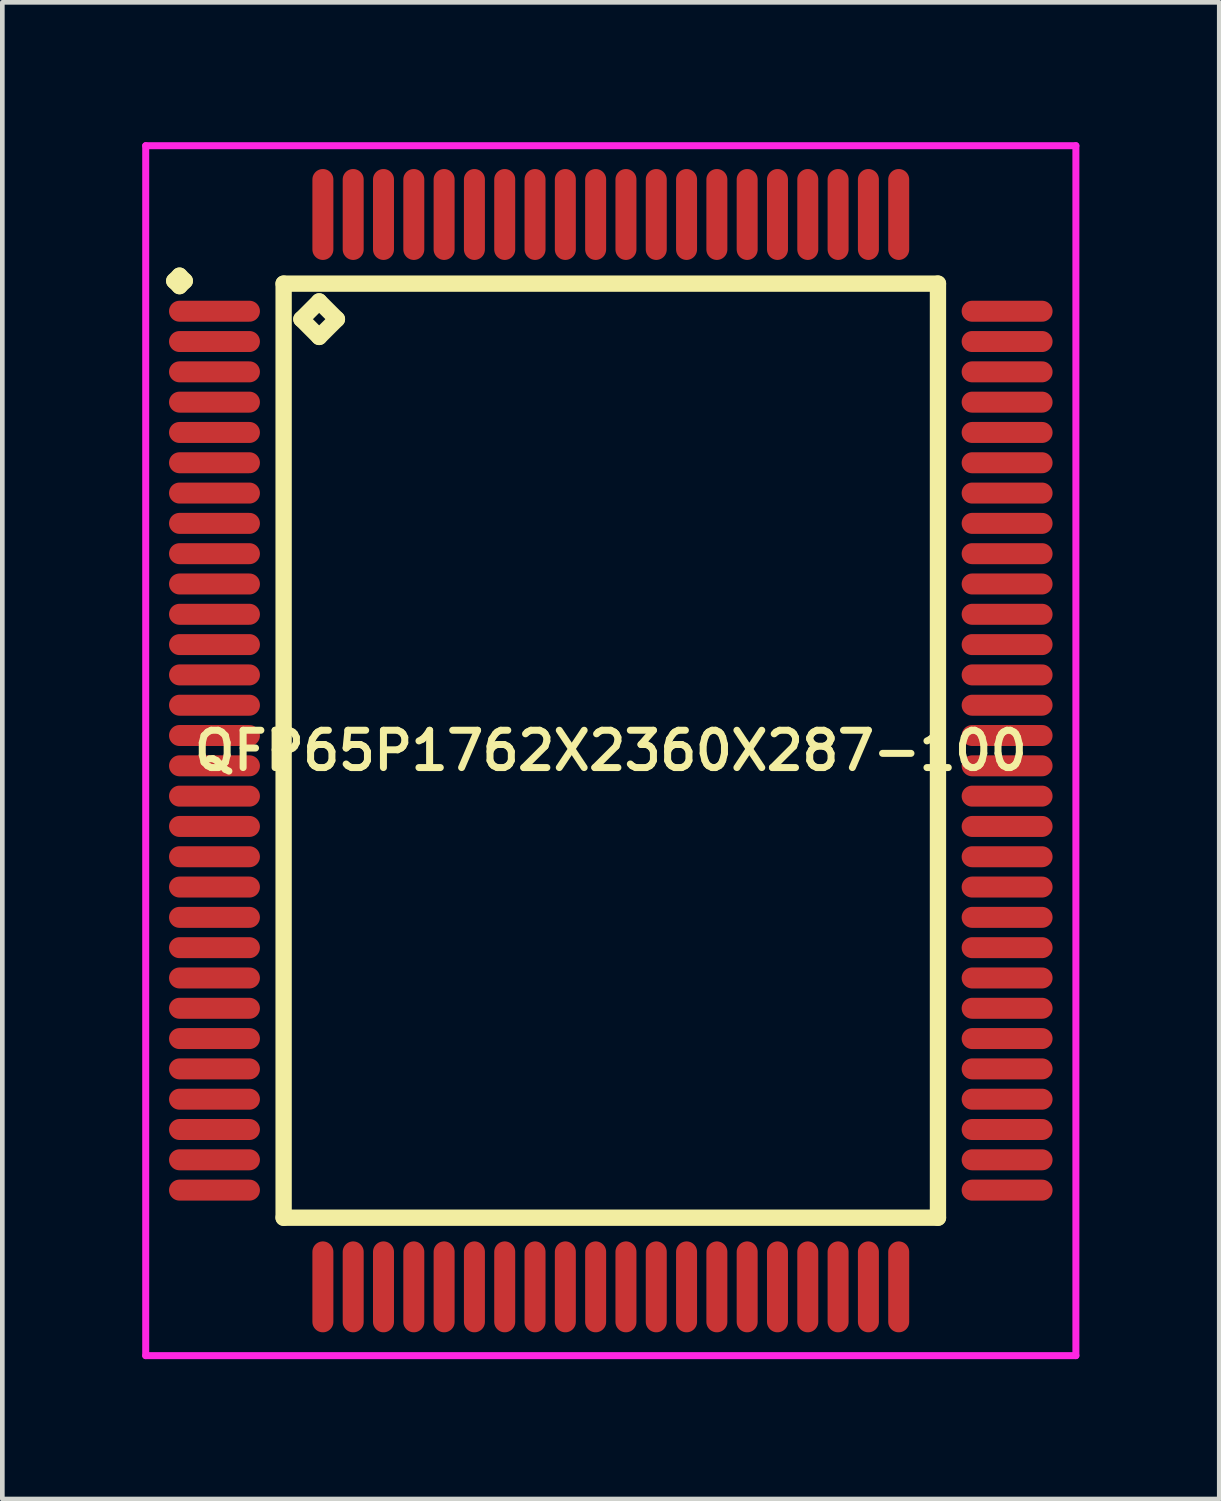
<source format=kicad_pcb>
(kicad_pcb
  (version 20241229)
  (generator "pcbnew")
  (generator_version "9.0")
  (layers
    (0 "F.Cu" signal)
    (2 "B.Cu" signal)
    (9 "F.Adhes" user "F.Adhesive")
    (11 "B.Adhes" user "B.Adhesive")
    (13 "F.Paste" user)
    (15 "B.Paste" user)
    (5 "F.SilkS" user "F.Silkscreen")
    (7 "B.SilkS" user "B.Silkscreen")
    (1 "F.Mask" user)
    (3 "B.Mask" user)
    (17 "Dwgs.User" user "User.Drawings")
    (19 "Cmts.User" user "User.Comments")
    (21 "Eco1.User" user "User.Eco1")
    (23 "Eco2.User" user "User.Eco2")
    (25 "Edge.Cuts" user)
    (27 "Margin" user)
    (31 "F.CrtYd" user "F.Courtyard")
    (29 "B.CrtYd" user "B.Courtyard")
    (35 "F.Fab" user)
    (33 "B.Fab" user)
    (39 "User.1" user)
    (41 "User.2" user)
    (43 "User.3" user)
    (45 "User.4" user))
  (footprint "QFP65P1762X2360X287-100"
    (layer "F.Cu")
    (at 10.05 13.05)
    (property "Reference" "QFP65P1762X2360X287-100" (at 0 0 0) (layer "F.SilkS") (effects (font (size 0.8 0.8) (thickness 0.15))))
    (attr through_hole)
    (fp_line (start -9.363 -10.075) (end -9.25 -10.188) (stroke (width 0.35) (type solid)) (layer "F.SilkS"))
    (fp_line (start -9.25 -10.188) (end -9.137 -10.075) (stroke (width 0.35) (type solid)) (layer "F.SilkS"))
    (fp_line (start -9.25 -9.963) (end -9.363 -10.075) (stroke (width 0.35) (type solid)) (layer "F.SilkS"))
    (fp_line (start -9.137 -10.075) (end -9.25 -9.963) (stroke (width 0.35) (type solid)) (layer "F.SilkS"))
    (fp_line (start -7.017 -10.017) (end -7.017 10.017) (stroke (width 0.35) (type solid)) (layer "F.SilkS"))
    (fp_line (start -7.017 10.017) (end 7.017 10.017) (stroke (width 0.35) (type solid)) (layer "F.SilkS"))
    (fp_line (start -6.636 -9.255) (end -6.255 -9.636) (stroke (width 0.35) (type solid)) (layer "F.SilkS"))
    (fp_line (start -6.255 -9.636) (end -5.874 -9.255) (stroke (width 0.35) (type solid)) (layer "F.SilkS"))
    (fp_line (start -6.255 -8.874) (end -6.636 -9.255) (stroke (width 0.35) (type solid)) (layer "F.SilkS"))
    (fp_line (start -5.874 -9.255) (end -6.255 -8.874) (stroke (width 0.35) (type solid)) (layer "F.SilkS"))
    (fp_line (start 7.017 -10.017) (end -7.017 -10.017) (stroke (width 0.35) (type solid)) (layer "F.SilkS"))
    (fp_line (start 7.017 10.017) (end 7.017 -10.017) (stroke (width 0.35) (type solid)) (layer "F.SilkS"))
    (fp_line (start -9.975 -12.975) (end 9.975 -12.975) (stroke (width 0.15) (type solid)) (layer "F.CrtYd"))
    (fp_line (start -9.975 12.975) (end -9.975 -12.975) (stroke (width 0.15) (type solid)) (layer "F.CrtYd"))
    (fp_line (start 9.975 -12.975) (end 9.975 12.975) (stroke (width 0.15) (type solid)) (layer "F.CrtYd"))
    (fp_line (start 9.975 12.975) (end -9.975 12.975) (stroke (width 0.15) (type solid)) (layer "F.CrtYd"))
    (pad "1" smd oval (at -8.5 -9.425) (size 1.95 0.45) (layers "F.Cu" "F.Mask" "F.Paste"))
    (pad "2" smd oval (at -8.5 -8.775) (size 1.95 0.45) (layers "F.Cu" "F.Mask" "F.Paste"))
    (pad "3" smd oval (at -8.5 -8.125) (size 1.95 0.45) (layers "F.Cu" "F.Mask" "F.Paste"))
    (pad "4" smd oval (at -8.5 -7.475) (size 1.95 0.45) (layers "F.Cu" "F.Mask" "F.Paste"))
    (pad "5" smd oval (at -8.5 -6.825) (size 1.95 0.45) (layers "F.Cu" "F.Mask" "F.Paste"))
    (pad "6" smd oval (at -8.5 -6.175) (size 1.95 0.45) (layers "F.Cu" "F.Mask" "F.Paste"))
    (pad "7" smd oval (at -8.5 -5.525) (size 1.95 0.45) (layers "F.Cu" "F.Mask" "F.Paste"))
    (pad "8" smd oval (at -8.5 -4.875) (size 1.95 0.45) (layers "F.Cu" "F.Mask" "F.Paste"))
    (pad "9" smd oval (at -8.5 -4.225) (size 1.95 0.45) (layers "F.Cu" "F.Mask" "F.Paste"))
    (pad "10" smd oval (at -8.5 -3.575) (size 1.95 0.45) (layers "F.Cu" "F.Mask" "F.Paste"))
    (pad "11" smd oval (at -8.5 -2.925) (size 1.95 0.45) (layers "F.Cu" "F.Mask" "F.Paste"))
    (pad "12" smd oval (at -8.5 -2.275) (size 1.95 0.45) (layers "F.Cu" "F.Mask" "F.Paste"))
    (pad "13" smd oval (at -8.5 -1.625) (size 1.95 0.45) (layers "F.Cu" "F.Mask" "F.Paste"))
    (pad "14" smd oval (at -8.5 -0.975) (size 1.95 0.45) (layers "F.Cu" "F.Mask" "F.Paste"))
    (pad "15" smd oval (at -8.5 -0.325) (size 1.95 0.45) (layers "F.Cu" "F.Mask" "F.Paste"))
    (pad "16" smd oval (at -8.5 0.325) (size 1.95 0.45) (layers "F.Cu" "F.Mask" "F.Paste"))
    (pad "17" smd oval (at -8.5 0.975) (size 1.95 0.45) (layers "F.Cu" "F.Mask" "F.Paste"))
    (pad "18" smd oval (at -8.5 1.625) (size 1.95 0.45) (layers "F.Cu" "F.Mask" "F.Paste"))
    (pad "19" smd oval (at -8.5 2.275) (size 1.95 0.45) (layers "F.Cu" "F.Mask" "F.Paste"))
    (pad "20" smd oval (at -8.5 2.925) (size 1.95 0.45) (layers "F.Cu" "F.Mask" "F.Paste"))
    (pad "21" smd oval (at -8.5 3.575) (size 1.95 0.45) (layers "F.Cu" "F.Mask" "F.Paste"))
    (pad "22" smd oval (at -8.5 4.225) (size 1.95 0.45) (layers "F.Cu" "F.Mask" "F.Paste"))
    (pad "23" smd oval (at -8.5 4.875) (size 1.95 0.45) (layers "F.Cu" "F.Mask" "F.Paste"))
    (pad "24" smd oval (at -8.5 5.525) (size 1.95 0.45) (layers "F.Cu" "F.Mask" "F.Paste"))
    (pad "25" smd oval (at -8.5 6.175) (size 1.95 0.45) (layers "F.Cu" "F.Mask" "F.Paste"))
    (pad "26" smd oval (at -8.5 6.825) (size 1.95 0.45) (layers "F.Cu" "F.Mask" "F.Paste"))
    (pad "27" smd oval (at -8.5 7.475) (size 1.95 0.45) (layers "F.Cu" "F.Mask" "F.Paste"))
    (pad "28" smd oval (at -8.5 8.125) (size 1.95 0.45) (layers "F.Cu" "F.Mask" "F.Paste"))
    (pad "29" smd oval (at -8.5 8.775) (size 1.95 0.45) (layers "F.Cu" "F.Mask" "F.Paste"))
    (pad "30" smd oval (at -8.5 9.425) (size 1.95 0.45) (layers "F.Cu" "F.Mask" "F.Paste"))
    (pad "31" smd oval (at -6.175 11.5) (size 0.45 1.95) (layers "F.Cu" "F.Mask" "F.Paste"))
    (pad "32" smd oval (at -5.525 11.5) (size 0.45 1.95) (layers "F.Cu" "F.Mask" "F.Paste"))
    (pad "33" smd oval (at -4.875 11.5) (size 0.45 1.95) (layers "F.Cu" "F.Mask" "F.Paste"))
    (pad "34" smd oval (at -4.225 11.5) (size 0.45 1.95) (layers "F.Cu" "F.Mask" "F.Paste"))
    (pad "35" smd oval (at -3.575 11.5) (size 0.45 1.95) (layers "F.Cu" "F.Mask" "F.Paste"))
    (pad "36" smd oval (at -2.925 11.5) (size 0.45 1.95) (layers "F.Cu" "F.Mask" "F.Paste"))
    (pad "37" smd oval (at -2.275 11.5) (size 0.45 1.95) (layers "F.Cu" "F.Mask" "F.Paste"))
    (pad "38" smd oval (at -1.625 11.5) (size 0.45 1.95) (layers "F.Cu" "F.Mask" "F.Paste"))
    (pad "39" smd oval (at -0.975 11.5) (size 0.45 1.95) (layers "F.Cu" "F.Mask" "F.Paste"))
    (pad "40" smd oval (at -0.325 11.5) (size 0.45 1.95) (layers "F.Cu" "F.Mask" "F.Paste"))
    (pad "41" smd oval (at 0.325 11.5) (size 0.45 1.95) (layers "F.Cu" "F.Mask" "F.Paste"))
    (pad "42" smd oval (at 0.975 11.5) (size 0.45 1.95) (layers "F.Cu" "F.Mask" "F.Paste"))
    (pad "43" smd oval (at 1.625 11.5) (size 0.45 1.95) (layers "F.Cu" "F.Mask" "F.Paste"))
    (pad "44" smd oval (at 2.275 11.5) (size 0.45 1.95) (layers "F.Cu" "F.Mask" "F.Paste"))
    (pad "45" smd oval (at 2.925 11.5) (size 0.45 1.95) (layers "F.Cu" "F.Mask" "F.Paste"))
    (pad "46" smd oval (at 3.575 11.5) (size 0.45 1.95) (layers "F.Cu" "F.Mask" "F.Paste"))
    (pad "47" smd oval (at 4.225 11.5) (size 0.45 1.95) (layers "F.Cu" "F.Mask" "F.Paste"))
    (pad "48" smd oval (at 4.875 11.5) (size 0.45 1.95) (layers "F.Cu" "F.Mask" "F.Paste"))
    (pad "49" smd oval (at 5.525 11.5) (size 0.45 1.95) (layers "F.Cu" "F.Mask" "F.Paste"))
    (pad "50" smd oval (at 6.175 11.5) (size 0.45 1.95) (layers "F.Cu" "F.Mask" "F.Paste"))
    (pad "51" smd oval (at 8.5 9.425) (size 1.95 0.45) (layers "F.Cu" "F.Mask" "F.Paste"))
    (pad "52" smd oval (at 8.5 8.775) (size 1.95 0.45) (layers "F.Cu" "F.Mask" "F.Paste"))
    (pad "53" smd oval (at 8.5 8.125) (size 1.95 0.45) (layers "F.Cu" "F.Mask" "F.Paste"))
    (pad "54" smd oval (at 8.5 7.475) (size 1.95 0.45) (layers "F.Cu" "F.Mask" "F.Paste"))
    (pad "55" smd oval (at 8.5 6.825) (size 1.95 0.45) (layers "F.Cu" "F.Mask" "F.Paste"))
    (pad "56" smd oval (at 8.5 6.175) (size 1.95 0.45) (layers "F.Cu" "F.Mask" "F.Paste"))
    (pad "57" smd oval (at 8.5 5.525) (size 1.95 0.45) (layers "F.Cu" "F.Mask" "F.Paste"))
    (pad "58" smd oval (at 8.5 4.875) (size 1.95 0.45) (layers "F.Cu" "F.Mask" "F.Paste"))
    (pad "59" smd oval (at 8.5 4.225) (size 1.95 0.45) (layers "F.Cu" "F.Mask" "F.Paste"))
    (pad "60" smd oval (at 8.5 3.575) (size 1.95 0.45) (layers "F.Cu" "F.Mask" "F.Paste"))
    (pad "61" smd oval (at 8.5 2.925) (size 1.95 0.45) (layers "F.Cu" "F.Mask" "F.Paste"))
    (pad "62" smd oval (at 8.5 2.275) (size 1.95 0.45) (layers "F.Cu" "F.Mask" "F.Paste"))
    (pad "63" smd oval (at 8.5 1.625) (size 1.95 0.45) (layers "F.Cu" "F.Mask" "F.Paste"))
    (pad "64" smd oval (at 8.5 0.975) (size 1.95 0.45) (layers "F.Cu" "F.Mask" "F.Paste"))
    (pad "65" smd oval (at 8.5 0.325) (size 1.95 0.45) (layers "F.Cu" "F.Mask" "F.Paste"))
    (pad "66" smd oval (at 8.5 -0.325) (size 1.95 0.45) (layers "F.Cu" "F.Mask" "F.Paste"))
    (pad "67" smd oval (at 8.5 -0.975) (size 1.95 0.45) (layers "F.Cu" "F.Mask" "F.Paste"))
    (pad "68" smd oval (at 8.5 -1.625) (size 1.95 0.45) (layers "F.Cu" "F.Mask" "F.Paste"))
    (pad "69" smd oval (at 8.5 -2.275) (size 1.95 0.45) (layers "F.Cu" "F.Mask" "F.Paste"))
    (pad "70" smd oval (at 8.5 -2.925) (size 1.95 0.45) (layers "F.Cu" "F.Mask" "F.Paste"))
    (pad "71" smd oval (at 8.5 -3.575) (size 1.95 0.45) (layers "F.Cu" "F.Mask" "F.Paste"))
    (pad "72" smd oval (at 8.5 -4.225) (size 1.95 0.45) (layers "F.Cu" "F.Mask" "F.Paste"))
    (pad "73" smd oval (at 8.5 -4.875) (size 1.95 0.45) (layers "F.Cu" "F.Mask" "F.Paste"))
    (pad "74" smd oval (at 8.5 -5.525) (size 1.95 0.45) (layers "F.Cu" "F.Mask" "F.Paste"))
    (pad "75" smd oval (at 8.5 -6.175) (size 1.95 0.45) (layers "F.Cu" "F.Mask" "F.Paste"))
    (pad "76" smd oval (at 8.5 -6.825) (size 1.95 0.45) (layers "F.Cu" "F.Mask" "F.Paste"))
    (pad "77" smd oval (at 8.5 -7.475) (size 1.95 0.45) (layers "F.Cu" "F.Mask" "F.Paste"))
    (pad "78" smd oval (at 8.5 -8.125) (size 1.95 0.45) (layers "F.Cu" "F.Mask" "F.Paste"))
    (pad "79" smd oval (at 8.5 -8.775) (size 1.95 0.45) (layers "F.Cu" "F.Mask" "F.Paste"))
    (pad "80" smd oval (at 8.5 -9.425) (size 1.95 0.45) (layers "F.Cu" "F.Mask" "F.Paste"))
    (pad "81" smd oval (at 6.175 -11.5) (size 0.45 1.95) (layers "F.Cu" "F.Mask" "F.Paste"))
    (pad "82" smd oval (at 5.525 -11.5) (size 0.45 1.95) (layers "F.Cu" "F.Mask" "F.Paste"))
    (pad "83" smd oval (at 4.875 -11.5) (size 0.45 1.95) (layers "F.Cu" "F.Mask" "F.Paste"))
    (pad "84" smd oval (at 4.225 -11.5) (size 0.45 1.95) (layers "F.Cu" "F.Mask" "F.Paste"))
    (pad "85" smd oval (at 3.575 -11.5) (size 0.45 1.95) (layers "F.Cu" "F.Mask" "F.Paste"))
    (pad "86" smd oval (at 2.925 -11.5) (size 0.45 1.95) (layers "F.Cu" "F.Mask" "F.Paste"))
    (pad "87" smd oval (at 2.275 -11.5) (size 0.45 1.95) (layers "F.Cu" "F.Mask" "F.Paste"))
    (pad "88" smd oval (at 1.625 -11.5) (size 0.45 1.95) (layers "F.Cu" "F.Mask" "F.Paste"))
    (pad "89" smd oval (at 0.975 -11.5) (size 0.45 1.95) (layers "F.Cu" "F.Mask" "F.Paste"))
    (pad "90" smd oval (at 0.325 -11.5) (size 0.45 1.95) (layers "F.Cu" "F.Mask" "F.Paste"))
    (pad "91" smd oval (at -0.325 -11.5) (size 0.45 1.95) (layers "F.Cu" "F.Mask" "F.Paste"))
    (pad "92" smd oval (at -0.975 -11.5) (size 0.45 1.95) (layers "F.Cu" "F.Mask" "F.Paste"))
    (pad "93" smd oval (at -1.625 -11.5) (size 0.45 1.95) (layers "F.Cu" "F.Mask" "F.Paste"))
    (pad "94" smd oval (at -2.275 -11.5) (size 0.45 1.95) (layers "F.Cu" "F.Mask" "F.Paste"))
    (pad "95" smd oval (at -2.925 -11.5) (size 0.45 1.95) (layers "F.Cu" "F.Mask" "F.Paste"))
    (pad "96" smd oval (at -3.575 -11.5) (size 0.45 1.95) (layers "F.Cu" "F.Mask" "F.Paste"))
    (pad "97" smd oval (at -4.225 -11.5) (size 0.45 1.95) (layers "F.Cu" "F.Mask" "F.Paste"))
    (pad "98" smd oval (at -4.875 -11.5) (size 0.45 1.95) (layers "F.Cu" "F.Mask" "F.Paste"))
    (pad "99" smd oval (at -5.525 -11.5) (size 0.45 1.95) (layers "F.Cu" "F.Mask" "F.Paste"))
    (pad "100" smd oval (at -6.175 -11.5) (size 0.45 1.95) (layers "F.Cu" "F.Mask" "F.Paste")))
  (gr_rect
    (start -3 -3)
    (end 23.1 29.1)
    (stroke (width 0.1) (type default))
    (fill no)
    (layer "Edge.Cuts")))
</source>
